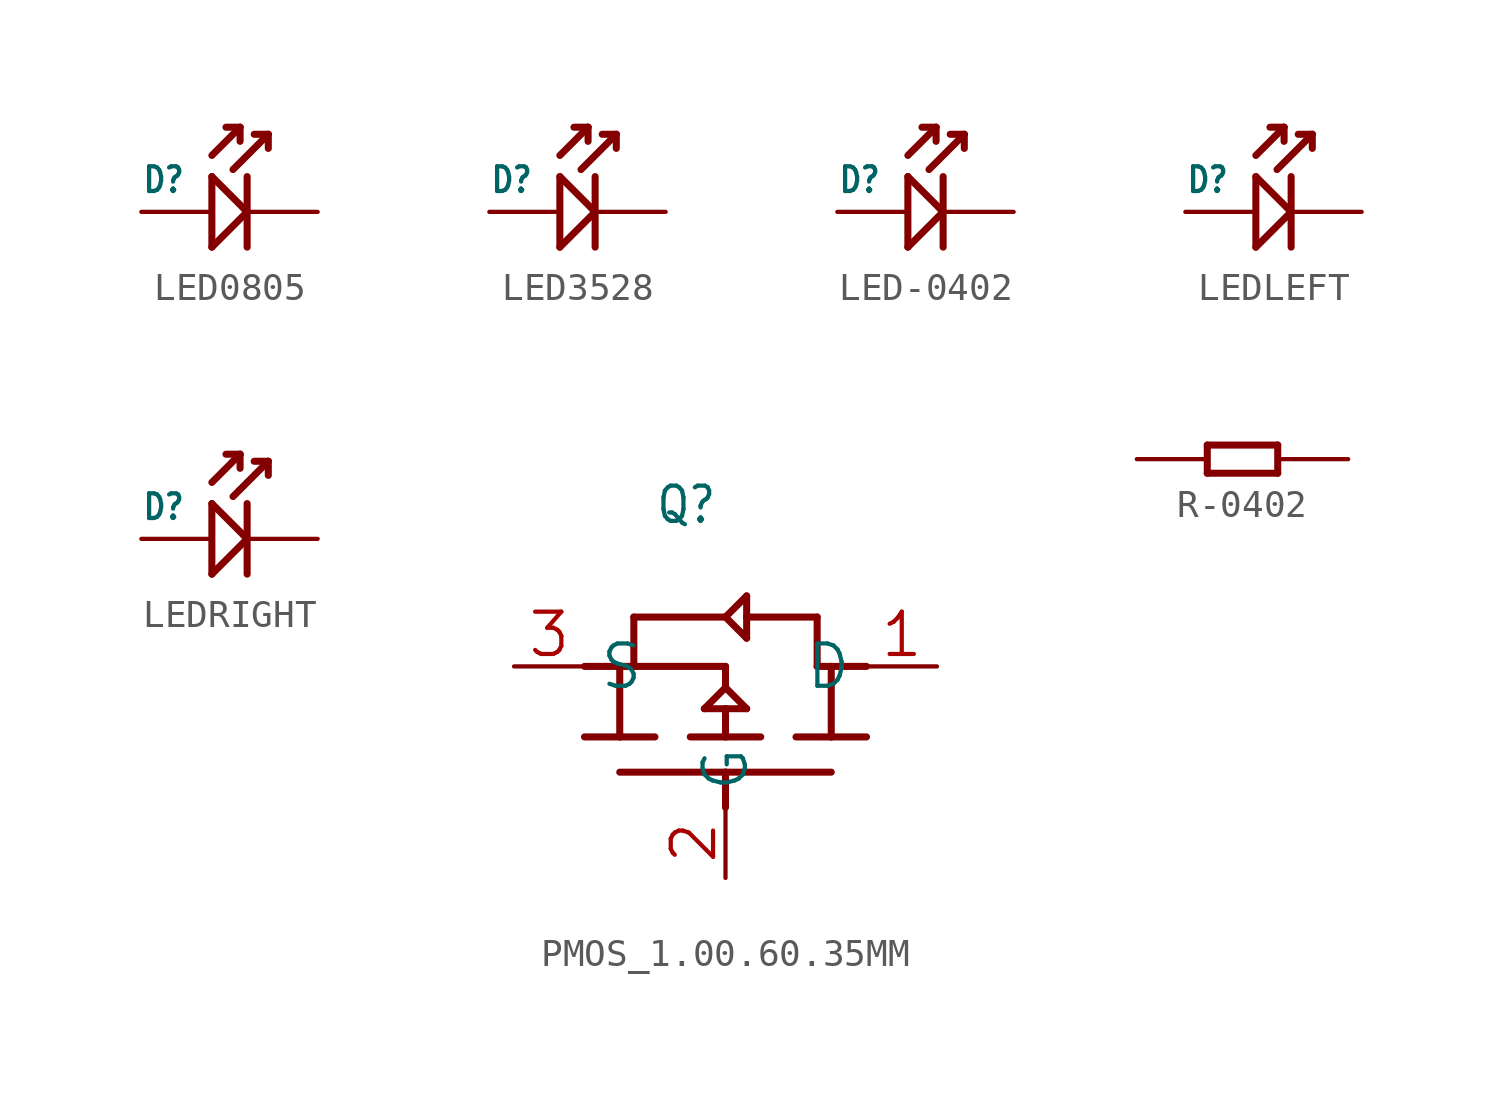
<source format=kicad_sym>
(kicad_symbol_lib
  (version 20241209)
  (generator "kicad_symbol_editor")
  (generator_version "9.0")
  (symbol "LED0805"
    (property "Reference" "D"
      (at -2.54 0.635 0)
      (effects (font (size 0.889 0.756)) (justify left bottom)))
    (property "Value" ""
      (at 1.27 0.635 0)
      (effects (font (size 0.889 0.756)) (justify left bottom)))
    (property "ki_locked" ""
      (at 0 0 0)
      (effects (font (size 1.27 1.27))))
    (symbol "LED0805_1_0"
      (polyline (pts (xy 0 2.032) (xy 1.016 3.048)) (stroke (width 0.254) (type solid)) (fill (type none)))
      (polyline (pts (xy 0 1.27) (xy 1.27 0)) (stroke (width 0.254) (type solid)) (fill (type none)))
      (polyline (pts (xy 0 -1.27) (xy 0 1.27)) (stroke (width 0.254) (type solid)) (fill (type none)))
      (polyline (pts (xy 0.762 1.524) (xy 2.032 2.794)) (stroke (width 0.254) (type solid)) (fill (type none)))
      (polyline (pts (xy 1.016 3.048) (xy 0.508 3.048)) (stroke (width 0.254) (type solid)) (fill (type none)))
      (polyline (pts (xy 1.016 3.048) (xy 1.016 2.54)) (stroke (width 0.254) (type solid)) (fill (type none)))
      (polyline (pts (xy 1.27 1.27) (xy 1.27 0)) (stroke (width 0.254) (type solid)) (fill (type none)))
      (polyline (pts (xy 1.27 0) (xy 0 -1.27)) (stroke (width 0.254) (type solid)) (fill (type none)))
      (polyline (pts (xy 1.27 0) (xy 1.27 -1.27)) (stroke (width 0.254) (type solid)) (fill (type none)))
      (polyline (pts (xy 2.032 2.794) (xy 1.524 2.794)) (stroke (width 0.254) (type solid)) (fill (type none)))
      (polyline (pts (xy 2.032 2.794) (xy 2.032 2.286)) (stroke (width 0.254) (type solid)) (fill (type none)))
      (pin passive line (at -2.54 0 0) (length 2.54) (name "+" (effects (font (size 0 0)))) (number "+" (effects (font (size 0 0)))))
      (pin passive line (at 3.81 0 180) (length 2.54) (name "-" (effects (font (size 0 0)))) (number "-" (effects (font (size 0 0)))))))
  (symbol "LED3528"
    (property "Reference" "D"
      (at -2.54 0.635 0)
      (effects (font (size 0.889 0.756)) (justify left bottom)))
    (property "Value" ""
      (at 1.27 0.635 0)
      (effects (font (size 0.889 0.756)) (justify left bottom)))
    (property "ki_locked" ""
      (at 0 0 0)
      (effects (font (size 1.27 1.27))))
    (symbol "LED3528_1_0"
      (polyline (pts (xy 0 2.032) (xy 1.016 3.048)) (stroke (width 0.254) (type solid)) (fill (type none)))
      (polyline (pts (xy 0 1.27) (xy 1.27 0)) (stroke (width 0.254) (type solid)) (fill (type none)))
      (polyline (pts (xy 0 -1.27) (xy 0 1.27)) (stroke (width 0.254) (type solid)) (fill (type none)))
      (polyline (pts (xy 0.762 1.524) (xy 2.032 2.794)) (stroke (width 0.254) (type solid)) (fill (type none)))
      (polyline (pts (xy 1.016 3.048) (xy 0.508 3.048)) (stroke (width 0.254) (type solid)) (fill (type none)))
      (polyline (pts (xy 1.016 3.048) (xy 1.016 2.54)) (stroke (width 0.254) (type solid)) (fill (type none)))
      (polyline (pts (xy 1.27 1.27) (xy 1.27 0)) (stroke (width 0.254) (type solid)) (fill (type none)))
      (polyline (pts (xy 1.27 0) (xy 0 -1.27)) (stroke (width 0.254) (type solid)) (fill (type none)))
      (polyline (pts (xy 1.27 0) (xy 1.27 -1.27)) (stroke (width 0.254) (type solid)) (fill (type none)))
      (polyline (pts (xy 2.032 2.794) (xy 1.524 2.794)) (stroke (width 0.254) (type solid)) (fill (type none)))
      (polyline (pts (xy 2.032 2.794) (xy 2.032 2.286)) (stroke (width 0.254) (type solid)) (fill (type none)))
      (pin passive line (at -2.54 0 0) (length 2.54) (name "+" (effects (font (size 0 0)))) (number "1" (effects (font (size 0 0)))))
      (pin passive line (at 3.81 0 180) (length 2.54) (name "-" (effects (font (size 0 0)))) (number "2" (effects (font (size 0 0)))))))
  (symbol "LED-0402"
    (property "Reference" "D"
      (at -2.54 0.635 0)
      (effects (font (size 0.889 0.756)) (justify left bottom)))
    (property "Value" ""
      (at 1.27 0.635 0)
      (effects (font (size 0.889 0.756)) (justify left bottom)))
    (property "ki_locked" ""
      (at 0 0 0)
      (effects (font (size 1.27 1.27))))
    (symbol "LED-0402_1_0"
      (polyline (pts (xy 0 2.032) (xy 1.016 3.048)) (stroke (width 0.254) (type solid)) (fill (type none)))
      (polyline (pts (xy 0 1.27) (xy 1.27 0)) (stroke (width 0.254) (type solid)) (fill (type none)))
      (polyline (pts (xy 0 -1.27) (xy 0 1.27)) (stroke (width 0.254) (type solid)) (fill (type none)))
      (polyline (pts (xy 0.762 1.524) (xy 2.032 2.794)) (stroke (width 0.254) (type solid)) (fill (type none)))
      (polyline (pts (xy 1.016 3.048) (xy 0.508 3.048)) (stroke (width 0.254) (type solid)) (fill (type none)))
      (polyline (pts (xy 1.016 3.048) (xy 1.016 2.54)) (stroke (width 0.254) (type solid)) (fill (type none)))
      (polyline (pts (xy 1.27 1.27) (xy 1.27 0)) (stroke (width 0.254) (type solid)) (fill (type none)))
      (polyline (pts (xy 1.27 0) (xy 0 -1.27)) (stroke (width 0.254) (type solid)) (fill (type none)))
      (polyline (pts (xy 1.27 0) (xy 1.27 -1.27)) (stroke (width 0.254) (type solid)) (fill (type none)))
      (polyline (pts (xy 2.032 2.794) (xy 1.524 2.794)) (stroke (width 0.254) (type solid)) (fill (type none)))
      (polyline (pts (xy 2.032 2.794) (xy 2.032 2.286)) (stroke (width 0.254) (type solid)) (fill (type none)))
      (pin passive line (at -2.54 0 0) (length 2.54) (name "+" (effects (font (size 0 0)))) (number "+" (effects (font (size 0 0)))))
      (pin passive line (at 3.81 0 180) (length 2.54) (name "-" (effects (font (size 0 0)))) (number "-" (effects (font (size 0 0)))))))
  (symbol "LEDLEFT"
    (property "Reference" "D"
      (at -2.54 0.635 0)
      (effects (font (size 0.889 0.756)) (justify left bottom)))
    (property "Value" ""
      (at 1.27 0.635 0)
      (effects (font (size 0.889 0.756)) (justify left bottom)))
    (property "ki_locked" ""
      (at 0 0 0)
      (effects (font (size 1.27 1.27))))
    (symbol "LEDLEFT_1_0"
      (polyline (pts (xy 0 2.032) (xy 1.016 3.048)) (stroke (width 0.254) (type solid)) (fill (type none)))
      (polyline (pts (xy 0 1.27) (xy 1.27 0)) (stroke (width 0.254) (type solid)) (fill (type none)))
      (polyline (pts (xy 0 -1.27) (xy 0 1.27)) (stroke (width 0.254) (type solid)) (fill (type none)))
      (polyline (pts (xy 0.762 1.524) (xy 2.032 2.794)) (stroke (width 0.254) (type solid)) (fill (type none)))
      (polyline (pts (xy 1.016 3.048) (xy 0.508 3.048)) (stroke (width 0.254) (type solid)) (fill (type none)))
      (polyline (pts (xy 1.016 3.048) (xy 1.016 2.54)) (stroke (width 0.254) (type solid)) (fill (type none)))
      (polyline (pts (xy 1.27 1.27) (xy 1.27 0)) (stroke (width 0.254) (type solid)) (fill (type none)))
      (polyline (pts (xy 1.27 0) (xy 0 -1.27)) (stroke (width 0.254) (type solid)) (fill (type none)))
      (polyline (pts (xy 1.27 0) (xy 1.27 -1.27)) (stroke (width 0.254) (type solid)) (fill (type none)))
      (polyline (pts (xy 2.032 2.794) (xy 1.524 2.794)) (stroke (width 0.254) (type solid)) (fill (type none)))
      (polyline (pts (xy 2.032 2.794) (xy 2.032 2.286)) (stroke (width 0.254) (type solid)) (fill (type none)))
      (pin passive line (at -2.54 0 0) (length 2.54) (name "+" (effects (font (size 0 0)))) (number "1" (effects (font (size 0 0)))))
      (pin passive line (at 3.81 0 180) (length 2.54) (name "-" (effects (font (size 0 0)))) (number "2" (effects (font (size 0 0)))))))
  (symbol "LEDRIGHT"
    (property "Reference" "D"
      (at -2.54 0.635 0)
      (effects (font (size 0.889 0.756)) (justify left bottom)))
    (property "Value" ""
      (at 1.27 0.635 0)
      (effects (font (size 0.889 0.756)) (justify left bottom)))
    (property "ki_locked" ""
      (at 0 0 0)
      (effects (font (size 1.27 1.27))))
    (symbol "LEDRIGHT_1_0"
      (polyline (pts (xy 0 2.032) (xy 1.016 3.048)) (stroke (width 0.254) (type solid)) (fill (type none)))
      (polyline (pts (xy 0 1.27) (xy 1.27 0)) (stroke (width 0.254) (type solid)) (fill (type none)))
      (polyline (pts (xy 0 -1.27) (xy 0 1.27)) (stroke (width 0.254) (type solid)) (fill (type none)))
      (polyline (pts (xy 0.762 1.524) (xy 2.032 2.794)) (stroke (width 0.254) (type solid)) (fill (type none)))
      (polyline (pts (xy 1.016 3.048) (xy 0.508 3.048)) (stroke (width 0.254) (type solid)) (fill (type none)))
      (polyline (pts (xy 1.016 3.048) (xy 1.016 2.54)) (stroke (width 0.254) (type solid)) (fill (type none)))
      (polyline (pts (xy 1.27 1.27) (xy 1.27 0)) (stroke (width 0.254) (type solid)) (fill (type none)))
      (polyline (pts (xy 1.27 0) (xy 0 -1.27)) (stroke (width 0.254) (type solid)) (fill (type none)))
      (polyline (pts (xy 1.27 0) (xy 1.27 -1.27)) (stroke (width 0.254) (type solid)) (fill (type none)))
      (polyline (pts (xy 2.032 2.794) (xy 1.524 2.794)) (stroke (width 0.254) (type solid)) (fill (type none)))
      (polyline (pts (xy 2.032 2.794) (xy 2.032 2.286)) (stroke (width 0.254) (type solid)) (fill (type none)))
      (pin passive line (at -2.54 0 0) (length 2.54) (name "+" (effects (font (size 0 0)))) (number "1" (effects (font (size 0 0)))))
      (pin passive line (at 3.81 0 180) (length 2.54) (name "-" (effects (font (size 0 0)))) (number "2" (effects (font (size 0 0)))))))
  (symbol "PMOS_1.00.60.35MM"
    (property "Reference" "Q"
      (at -2.54 7.62 0)
      (effects (font (size 1.27 1.079)) (justify left bottom)))
    (property "Value" ""
      (at -2.54 5.08 0)
      (effects (font (size 1.27 1.079)) (justify left bottom)))
    (property "ki_locked" ""
      (at 0 0 0)
      (effects (font (size 1.27 1.27))))
    (symbol "PMOS_1.00.60.35MM_1_0"
      (polyline (pts (xy -5.08 0) (xy -3.81 0)) (stroke (width 0.254) (type solid)) (fill (type none)))
      (polyline (pts (xy -3.81 2.54) (xy -5.08 2.54)) (stroke (width 0.254) (type solid)) (fill (type none)))
      (polyline (pts (xy -3.81 2.54) (xy -3.81 0)) (stroke (width 0.254) (type solid)) (fill (type none)))
      (polyline (pts (xy -3.81 2.54) (xy -3.302 2.54)) (stroke (width 0.254) (type solid)) (fill (type none)))
      (polyline (pts (xy -3.81 0) (xy -2.54 0)) (stroke (width 0.254) (type solid)) (fill (type none)))
      (polyline (pts (xy -3.81 -1.27) (xy 0 -1.27)) (stroke (width 0.254) (type solid)) (fill (type none)))
      (polyline (pts (xy -3.302 4.318) (xy 0 4.318)) (stroke (width 0.254) (type solid)) (fill (type none)))
      (polyline (pts (xy -3.302 2.54) (xy -3.302 4.318)) (stroke (width 0.254) (type solid)) (fill (type none)))
      (polyline (pts (xy -3.302 2.54) (xy 0 2.54)) (stroke (width 0.254) (type solid)) (fill (type none)))
      (polyline (pts (xy -1.27 0) (xy 0 0)) (stroke (width 0.254) (type solid)) (fill (type none)))
      (polyline (pts (xy -0.762 1.016) (xy 0 1.016)) (stroke (width 0.254) (type solid)) (fill (type none)))
      (polyline (pts (xy 0 4.318) (xy 0.762 3.556)) (stroke (width 0.254) (type solid)) (fill (type none)))
      (polyline (pts (xy 0 2.54) (xy 0 1.778)) (stroke (width 0.254) (type solid)) (fill (type none)))
      (polyline (pts (xy 0 1.778) (xy -0.762 1.016)) (stroke (width 0.254) (type solid)) (fill (type none)))
      (polyline (pts (xy 0 1.016) (xy 0 0)) (stroke (width 0.254) (type solid)) (fill (type none)))
      (polyline (pts (xy 0 1.016) (xy 0.762 1.016)) (stroke (width 0.254) (type solid)) (fill (type none)))
      (polyline (pts (xy 0 0) (xy 1.27 0)) (stroke (width 0.254) (type solid)) (fill (type none)))
      (polyline (pts (xy 0 -1.27) (xy 0 -2.54)) (stroke (width 0.254) (type solid)) (fill (type none)))
      (polyline (pts (xy 0 -1.27) (xy 3.81 -1.27)) (stroke (width 0.254) (type solid)) (fill (type none)))
      (polyline (pts (xy 0.762 5.08) (xy 0 4.318)) (stroke (width 0.254) (type solid)) (fill (type none)))
      (polyline (pts (xy 0.762 4.318) (xy 0.762 5.08)) (stroke (width 0.254) (type solid)) (fill (type none)))
      (polyline (pts (xy 0.762 4.318) (xy 3.302 4.318)) (stroke (width 0.254) (type solid)) (fill (type none)))
      (polyline (pts (xy 0.762 3.556) (xy 0.762 4.318)) (stroke (width 0.254) (type solid)) (fill (type none)))
      (polyline (pts (xy 0.762 1.016) (xy 0 1.778)) (stroke (width 0.254) (type solid)) (fill (type none)))
      (polyline (pts (xy 2.54 0) (xy 3.81 0)) (stroke (width 0.254) (type solid)) (fill (type none)))
      (polyline (pts (xy 3.302 4.318) (xy 3.302 2.54)) (stroke (width 0.254) (type solid)) (fill (type none)))
      (polyline (pts (xy 3.302 2.54) (xy 3.81 2.54)) (stroke (width 0.254) (type solid)) (fill (type none)))
      (polyline (pts (xy 3.81 2.54) (xy 3.81 0)) (stroke (width 0.254) (type solid)) (fill (type none)))
      (polyline (pts (xy 3.81 2.54) (xy 5.08 2.54)) (stroke (width 0.254) (type solid)) (fill (type none)))
      (polyline (pts (xy 3.81 0) (xy 5.08 0)) (stroke (width 0.254) (type solid)) (fill (type none)))
      (pin bidirectional line (at -7.62 2.54 0) (length 2.54) (name "S" (effects (font (size 1.524 1.524)))) (number "3" (effects (font (size 1.524 1.524)))))
      (pin bidirectional line (at 0 -5.08 90) (length 2.54) (name "G" (effects (font (size 1.524 1.524)))) (number "2" (effects (font (size 1.524 1.524)))))
      (pin bidirectional line (at 7.62 2.54 180) (length 2.54) (name "D" (effects (font (size 1.524 1.524)))) (number "1" (effects (font (size 1.524 1.524)))))))
  (symbol "R-0402"
    (property "Reference" "R"
      (at -2.54 0 0)
      (effects (font (size 0.635 0.54)) (justify left bottom) (hide yes)))
    (property "ki_locked" ""
      (at 0 0 0)
      (effects (font (size 1.27 1.27))))
    (symbol "R-0402_1_0"
      (polyline (pts (xy -1.27 0.508) (xy 1.27 0.508)) (stroke (width 0.254) (type solid)) (fill (type none)))
      (polyline (pts (xy -1.27 -0.508) (xy -1.27 0.508)) (stroke (width 0.254) (type solid)) (fill (type none)))
      (polyline (pts (xy 1.27 0.508) (xy 1.27 -0.508)) (stroke (width 0.254) (type solid)) (fill (type none)))
      (polyline (pts (xy 1.27 -0.508) (xy -1.27 -0.508)) (stroke (width 0.254) (type solid)) (fill (type none)))
      (pin passive line (at -3.81 0 0) (length 2.54) (name "1" (effects (font (size 0 0)))) (number "1" (effects (font (size 0 0)))))
      (pin passive line (at 3.81 0 180) (length 2.54) (name "2" (effects (font (size 0 0)))) (number "2" (effects (font (size 0 0))))))))
</source>
